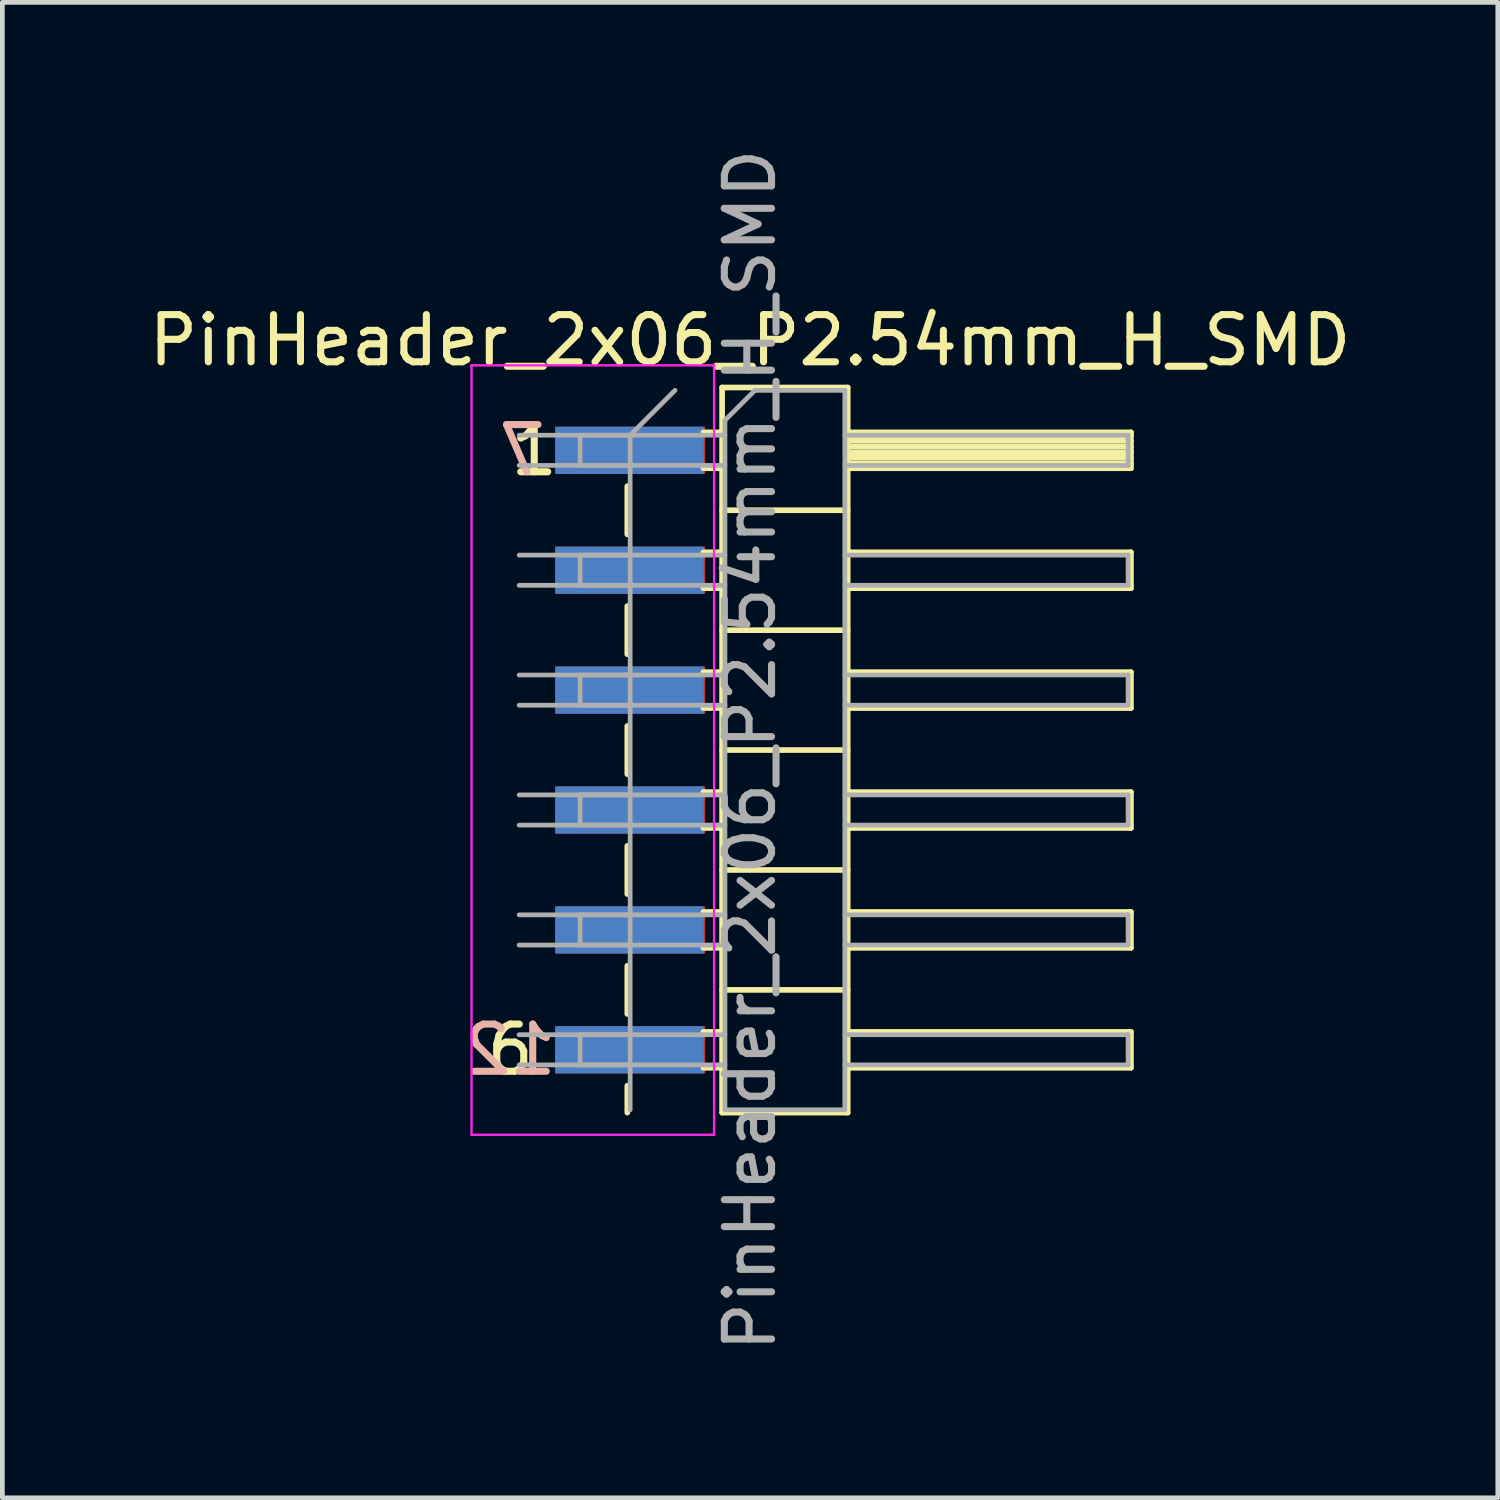
<source format=kicad_pcb>
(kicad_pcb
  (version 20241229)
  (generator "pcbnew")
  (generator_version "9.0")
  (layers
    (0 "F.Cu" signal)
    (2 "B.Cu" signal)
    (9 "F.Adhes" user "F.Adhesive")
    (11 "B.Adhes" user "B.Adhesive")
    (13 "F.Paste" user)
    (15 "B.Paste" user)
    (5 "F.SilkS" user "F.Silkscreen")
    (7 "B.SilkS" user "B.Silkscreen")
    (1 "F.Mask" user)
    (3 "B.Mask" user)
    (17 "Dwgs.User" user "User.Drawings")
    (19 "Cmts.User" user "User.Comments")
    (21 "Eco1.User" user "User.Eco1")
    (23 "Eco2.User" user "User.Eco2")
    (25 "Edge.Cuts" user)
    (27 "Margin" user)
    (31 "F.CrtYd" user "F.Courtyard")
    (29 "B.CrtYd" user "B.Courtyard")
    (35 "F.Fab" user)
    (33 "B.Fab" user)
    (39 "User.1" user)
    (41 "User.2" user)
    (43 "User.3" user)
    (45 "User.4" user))
  (footprint "PinHeader_2x06_P2.54mm_H_SMD"
    (layer "F.Cu")
    (at 12.839 12.839)
    (property "Reference" "PinHeader_2x06_P2.54mm_H_SMD" (at 0 -8.68 0) (layer "F.SilkS") (effects (font (size 1 1) (thickness 0.15))))
    (attr through_hole)
    (fp_line (start -2.6 -5.59) (end -2.6 -4.57) (stroke (width 0.12) (type solid)) (layer "F.SilkS"))
    (fp_line (start -2.6 -3.05) (end -2.6 -2.03) (stroke (width 0.12) (type solid)) (layer "F.SilkS"))
    (fp_line (start -2.6 -0.51) (end -2.6 0.51) (stroke (width 0.12) (type solid)) (layer "F.SilkS"))
    (fp_line (start -2.6 2.03) (end -2.6 3.05) (stroke (width 0.12) (type solid)) (layer "F.SilkS"))
    (fp_line (start -2.6 4.57) (end -2.6 5.59) (stroke (width 0.12) (type solid)) (layer "F.SilkS"))
    (fp_line (start -2.6 7.11) (end -2.6 7.68) (stroke (width 0.12) (type solid)) (layer "F.SilkS"))
    (fp_line (start -0.989 -6.73) (end -0.592 -6.73) (stroke (width 0.12) (type solid)) (layer "F.SilkS"))
    (fp_line (start -0.989 -5.97) (end -0.592 -5.97) (stroke (width 0.12) (type solid)) (layer "F.SilkS"))
    (fp_line (start -0.989 -4.19) (end -0.592 -4.19) (stroke (width 0.12) (type solid)) (layer "F.SilkS"))
    (fp_line (start -0.989 -3.43) (end -0.592 -3.43) (stroke (width 0.12) (type solid)) (layer "F.SilkS"))
    (fp_line (start -0.989 -1.65) (end -0.592 -1.65) (stroke (width 0.12) (type solid)) (layer "F.SilkS"))
    (fp_line (start -0.989 -0.89) (end -0.592 -0.89) (stroke (width 0.12) (type solid)) (layer "F.SilkS"))
    (fp_line (start -0.989 0.89) (end -0.592 0.89) (stroke (width 0.12) (type solid)) (layer "F.SilkS"))
    (fp_line (start -0.989 1.65) (end -0.592 1.65) (stroke (width 0.12) (type solid)) (layer "F.SilkS"))
    (fp_line (start -0.989 3.43) (end -0.592 3.43) (stroke (width 0.12) (type solid)) (layer "F.SilkS"))
    (fp_line (start -0.989 4.19) (end -0.592 4.19) (stroke (width 0.12) (type solid)) (layer "F.SilkS"))
    (fp_line (start -0.989 5.97) (end -0.592 5.97) (stroke (width 0.12) (type solid)) (layer "F.SilkS"))
    (fp_line (start -0.989 6.73) (end -0.592 6.73) (stroke (width 0.12) (type solid)) (layer "F.SilkS"))
    (fp_line (start -0.592 -7.68) (end -0.592 7.68) (stroke (width 0.12) (type solid)) (layer "F.SilkS"))
    (fp_line (start -0.592 -5.08) (end 2.068 -5.08) (stroke (width 0.12) (type solid)) (layer "F.SilkS"))
    (fp_line (start -0.592 -2.54) (end 2.068 -2.54) (stroke (width 0.12) (type solid)) (layer "F.SilkS"))
    (fp_line (start -0.592 0) (end 2.068 0) (stroke (width 0.12) (type solid)) (layer "F.SilkS"))
    (fp_line (start -0.592 2.54) (end 2.068 2.54) (stroke (width 0.12) (type solid)) (layer "F.SilkS"))
    (fp_line (start -0.592 5.08) (end 2.068 5.08) (stroke (width 0.12) (type solid)) (layer "F.SilkS"))
    (fp_line (start -0.592 7.68) (end 2.068 7.68) (stroke (width 0.12) (type solid)) (layer "F.SilkS"))
    (fp_line (start 2.068 -7.68) (end -0.592 -7.68) (stroke (width 0.12) (type solid)) (layer "F.SilkS"))
    (fp_line (start 2.068 -6.73) (end 8.068 -6.73) (stroke (width 0.12) (type solid)) (layer "F.SilkS"))
    (fp_line (start 2.068 -6.67) (end 8.068 -6.67) (stroke (width 0.12) (type solid)) (layer "F.SilkS"))
    (fp_line (start 2.068 -6.55) (end 8.068 -6.55) (stroke (width 0.12) (type solid)) (layer "F.SilkS"))
    (fp_line (start 2.068 -6.43) (end 8.068 -6.43) (stroke (width 0.12) (type solid)) (layer "F.SilkS"))
    (fp_line (start 2.068 -6.31) (end 8.068 -6.31) (stroke (width 0.12) (type solid)) (layer "F.SilkS"))
    (fp_line (start 2.068 -6.19) (end 8.068 -6.19) (stroke (width 0.12) (type solid)) (layer "F.SilkS"))
    (fp_line (start 2.068 -6.07) (end 8.068 -6.07) (stroke (width 0.12) (type solid)) (layer "F.SilkS"))
    (fp_line (start 2.068 -4.19) (end 8.068 -4.19) (stroke (width 0.12) (type solid)) (layer "F.SilkS"))
    (fp_line (start 2.068 -1.65) (end 8.068 -1.65) (stroke (width 0.12) (type solid)) (layer "F.SilkS"))
    (fp_line (start 2.068 0.89) (end 8.068 0.89) (stroke (width 0.12) (type solid)) (layer "F.SilkS"))
    (fp_line (start 2.068 3.43) (end 8.068 3.43) (stroke (width 0.12) (type solid)) (layer "F.SilkS"))
    (fp_line (start 2.068 5.97) (end 8.068 5.97) (stroke (width 0.12) (type solid)) (layer "F.SilkS"))
    (fp_line (start 2.068 7.68) (end 2.068 -7.68) (stroke (width 0.12) (type solid)) (layer "F.SilkS"))
    (fp_line (start 8.068 -6.73) (end 8.068 -5.97) (stroke (width 0.12) (type solid)) (layer "F.SilkS"))
    (fp_line (start 8.068 -5.97) (end 2.068 -5.97) (stroke (width 0.12) (type solid)) (layer "F.SilkS"))
    (fp_line (start 8.068 -4.19) (end 8.068 -3.43) (stroke (width 0.12) (type solid)) (layer "F.SilkS"))
    (fp_line (start 8.068 -3.43) (end 2.068 -3.43) (stroke (width 0.12) (type solid)) (layer "F.SilkS"))
    (fp_line (start 8.068 -1.65) (end 8.068 -0.89) (stroke (width 0.12) (type solid)) (layer "F.SilkS"))
    (fp_line (start 8.068 -0.89) (end 2.068 -0.89) (stroke (width 0.12) (type solid)) (layer "F.SilkS"))
    (fp_line (start 8.068 0.89) (end 8.068 1.65) (stroke (width 0.12) (type solid)) (layer "F.SilkS"))
    (fp_line (start 8.068 1.65) (end 2.068 1.65) (stroke (width 0.12) (type solid)) (layer "F.SilkS"))
    (fp_line (start 8.068 3.43) (end 8.068 4.19) (stroke (width 0.12) (type solid)) (layer "F.SilkS"))
    (fp_line (start 8.068 4.19) (end 2.068 4.19) (stroke (width 0.12) (type solid)) (layer "F.SilkS"))
    (fp_line (start 8.068 5.97) (end 8.068 6.73) (stroke (width 0.12) (type solid)) (layer "F.SilkS"))
    (fp_line (start 8.068 6.73) (end 2.068 6.73) (stroke (width 0.12) (type solid)) (layer "F.SilkS"))
    (fp_line (start -5.9 -8.15) (end -5.9 8.15) (stroke (width 0.05) (type solid)) (layer "F.CrtYd"))
    (fp_line (start -5.9 8.15) (end -0.762 8.15) (stroke (width 0.05) (type solid)) (layer "F.CrtYd"))
    (fp_line (start -0.762 -8.15) (end -5.9 -8.15) (stroke (width 0.05) (type solid)) (layer "F.CrtYd"))
    (fp_line (start -0.762 8.128) (end -0.762 -8.15) (stroke (width 0.05) (type solid)) (layer "F.CrtYd"))
    (fp_line (start -4.892 -6.67) (end -0.532 -6.67) (stroke (width 0.1) (type solid)) (layer "F.Fab"))
    (fp_line (start -4.892 -6.03) (end -0.532 -6.03) (stroke (width 0.1) (type solid)) (layer "F.Fab"))
    (fp_line (start -4.892 -4.13) (end -0.532 -4.13) (stroke (width 0.1) (type solid)) (layer "F.Fab"))
    (fp_line (start -4.892 -3.49) (end -0.532 -3.49) (stroke (width 0.1) (type solid)) (layer "F.Fab"))
    (fp_line (start -4.892 -1.59) (end -0.532 -1.59) (stroke (width 0.1) (type solid)) (layer "F.Fab"))
    (fp_line (start -4.892 -0.95) (end -0.532 -0.95) (stroke (width 0.1) (type solid)) (layer "F.Fab"))
    (fp_line (start -4.892 0.95) (end -0.532 0.95) (stroke (width 0.1) (type solid)) (layer "F.Fab"))
    (fp_line (start -4.892 1.59) (end -0.532 1.59) (stroke (width 0.1) (type solid)) (layer "F.Fab"))
    (fp_line (start -4.892 3.49) (end -0.532 3.49) (stroke (width 0.1) (type solid)) (layer "F.Fab"))
    (fp_line (start -4.892 4.13) (end -0.532 4.13) (stroke (width 0.1) (type solid)) (layer "F.Fab"))
    (fp_line (start -4.892 6.03) (end -0.532 6.03) (stroke (width 0.1) (type solid)) (layer "F.Fab"))
    (fp_line (start -4.892 6.67) (end -0.532 6.67) (stroke (width 0.1) (type solid)) (layer "F.Fab"))
    (fp_line (start -3.6 -6.67) (end -3.6 -6.03) (stroke (width 0.1) (type solid)) (layer "F.Fab"))
    (fp_line (start -3.6 -6.03) (end -2.54 -6.03) (stroke (width 0.1) (type solid)) (layer "F.Fab"))
    (fp_line (start -3.6 -4.13) (end -3.6 -3.49) (stroke (width 0.1) (type solid)) (layer "F.Fab"))
    (fp_line (start -3.6 -3.49) (end -2.54 -3.49) (stroke (width 0.1) (type solid)) (layer "F.Fab"))
    (fp_line (start -3.6 -1.59) (end -3.6 -0.95) (stroke (width 0.1) (type solid)) (layer "F.Fab"))
    (fp_line (start -3.6 -0.95) (end -2.54 -0.95) (stroke (width 0.1) (type solid)) (layer "F.Fab"))
    (fp_line (start -3.6 0.95) (end -3.6 1.59) (stroke (width 0.1) (type solid)) (layer "F.Fab"))
    (fp_line (start -3.6 1.59) (end -2.54 1.59) (stroke (width 0.1) (type solid)) (layer "F.Fab"))
    (fp_line (start -3.6 3.49) (end -3.6 4.13) (stroke (width 0.1) (type solid)) (layer "F.Fab"))
    (fp_line (start -3.6 4.13) (end -2.54 4.13) (stroke (width 0.1) (type solid)) (layer "F.Fab"))
    (fp_line (start -3.6 6.03) (end -3.6 6.67) (stroke (width 0.1) (type solid)) (layer "F.Fab"))
    (fp_line (start -3.6 6.67) (end -2.54 6.67) (stroke (width 0.1) (type solid)) (layer "F.Fab"))
    (fp_line (start -2.54 -6.67) (end -3.6 -6.67) (stroke (width 0.1) (type solid)) (layer "F.Fab"))
    (fp_line (start -2.54 -6.67) (end -1.59 -7.62) (stroke (width 0.1) (type solid)) (layer "F.Fab"))
    (fp_line (start -2.54 -4.13) (end -3.6 -4.13) (stroke (width 0.1) (type solid)) (layer "F.Fab"))
    (fp_line (start -2.54 -1.59) (end -3.6 -1.59) (stroke (width 0.1) (type solid)) (layer "F.Fab"))
    (fp_line (start -2.54 0.95) (end -3.6 0.95) (stroke (width 0.1) (type solid)) (layer "F.Fab"))
    (fp_line (start -2.54 3.49) (end -3.6 3.49) (stroke (width 0.1) (type solid)) (layer "F.Fab"))
    (fp_line (start -2.54 6.03) (end -3.6 6.03) (stroke (width 0.1) (type solid)) (layer "F.Fab"))
    (fp_line (start -2.54 7.62) (end -2.54 -6.67) (stroke (width 0.1) (type solid)) (layer "F.Fab"))
    (fp_line (start -0.532 -6.985) (end 0.103 -7.62) (stroke (width 0.1) (type solid)) (layer "F.Fab"))
    (fp_line (start -0.532 7.62) (end -0.532 -6.985) (stroke (width 0.1) (type solid)) (layer "F.Fab"))
    (fp_line (start 0.103 -7.62) (end 2.008 -7.62) (stroke (width 0.1) (type solid)) (layer "F.Fab"))
    (fp_line (start 2.008 -7.62) (end 2.008 7.62) (stroke (width 0.1) (type solid)) (layer "F.Fab"))
    (fp_line (start 2.008 -6.67) (end 8.008 -6.67) (stroke (width 0.1) (type solid)) (layer "F.Fab"))
    (fp_line (start 2.008 -6.03) (end 8.008 -6.03) (stroke (width 0.1) (type solid)) (layer "F.Fab"))
    (fp_line (start 2.008 -4.13) (end 8.008 -4.13) (stroke (width 0.1) (type solid)) (layer "F.Fab"))
    (fp_line (start 2.008 -3.49) (end 8.008 -3.49) (stroke (width 0.1) (type solid)) (layer "F.Fab"))
    (fp_line (start 2.008 -1.59) (end 8.008 -1.59) (stroke (width 0.1) (type solid)) (layer "F.Fab"))
    (fp_line (start 2.008 -0.95) (end 8.008 -0.95) (stroke (width 0.1) (type solid)) (layer "F.Fab"))
    (fp_line (start 2.008 0.95) (end 8.008 0.95) (stroke (width 0.1) (type solid)) (layer "F.Fab"))
    (fp_line (start 2.008 1.59) (end 8.008 1.59) (stroke (width 0.1) (type solid)) (layer "F.Fab"))
    (fp_line (start 2.008 3.49) (end 8.008 3.49) (stroke (width 0.1) (type solid)) (layer "F.Fab"))
    (fp_line (start 2.008 4.13) (end 8.008 4.13) (stroke (width 0.1) (type solid)) (layer "F.Fab"))
    (fp_line (start 2.008 6.03) (end 8.008 6.03) (stroke (width 0.1) (type solid)) (layer "F.Fab"))
    (fp_line (start 2.008 6.67) (end 8.008 6.67) (stroke (width 0.1) (type solid)) (layer "F.Fab"))
    (fp_line (start 2.008 7.62) (end -0.532 7.62) (stroke (width 0.1) (type solid)) (layer "F.Fab"))
    (fp_line (start 8.008 -6.67) (end 8.008 -6.03) (stroke (width 0.1) (type solid)) (layer "F.Fab"))
    (fp_line (start 8.008 -4.13) (end 8.008 -3.49) (stroke (width 0.1) (type solid)) (layer "F.Fab"))
    (fp_line (start 8.008 -1.59) (end 8.008 -0.95) (stroke (width 0.1) (type solid)) (layer "F.Fab"))
    (fp_line (start 8.008 0.95) (end 8.008 1.59) (stroke (width 0.1) (type solid)) (layer "F.Fab"))
    (fp_line (start 8.008 3.49) (end 8.008 4.13) (stroke (width 0.1) (type solid)) (layer "F.Fab"))
    (fp_line (start 8.008 6.03) (end 8.008 6.67) (stroke (width 0.1) (type solid)) (layer "F.Fab"))
    (fp_text user "1" (at -4.572 -6.35 0) (layer "F.SilkS") (effects (font (size 1 1) (thickness 0.15))))
    (fp_text user "6" (at -5.08 6.35 0) (layer "F.SilkS") (effects (font (size 1 1) (thickness 0.15))))
    (fp_text user "7" (at -4.826 -6.35 0) (layer "B.SilkS") (effects (font (size 1 1) (thickness 0.15)) (justify mirror)))
    (fp_text user "12" (at -5.08 6.35 0) (layer "B.SilkS") (effects (font (size 1 1) (thickness 0.15)) (justify mirror)))
    (fp_text user "${REFERENCE}" (at 0 0 90) (layer "F.Fab") (effects (font (size 1 1) (thickness 0.15))))
    (pad "1" smd rect (at -2.525 -6.35) (size 3.15 1) (layers "F.Cu" "F.Mask" "F.Paste"))
    (pad "2" smd rect (at -2.525 -3.81) (size 3.15 1) (layers "F.Cu" "F.Mask" "F.Paste"))
    (pad "3" smd rect (at -2.525 -1.27) (size 3.15 1) (layers "F.Cu" "F.Mask" "F.Paste"))
    (pad "4" smd rect (at -2.525 1.27) (size 3.15 1) (layers "F.Cu" "F.Mask" "F.Paste"))
    (pad "5" smd rect (at -2.525 3.81) (size 3.15 1) (layers "F.Cu" "F.Mask" "F.Paste"))
    (pad "6" smd rect (at -2.525 6.35) (size 3.15 1) (layers "F.Cu" "F.Mask" "F.Paste"))
    (pad "7" smd rect (at -2.555 -6.35) (size 3.15 1) (layers "B.Cu" "B.Mask" "B.Paste"))
    (pad "8" smd rect (at -2.555 -3.81) (size 3.15 1) (layers "B.Cu" "B.Mask" "B.Paste"))
    (pad "9" smd rect (at -2.555 -1.27) (size 3.15 1) (layers "B.Cu" "B.Mask" "B.Paste"))
    (pad "10" smd rect (at -2.555 1.27) (size 3.15 1) (layers "B.Cu" "B.Mask" "B.Paste"))
    (pad "11" smd rect (at -2.555 3.81) (size 3.15 1) (layers "B.Cu" "B.Mask" "B.Paste"))
    (pad "12" smd rect (at -2.555 6.35) (size 3.15 1) (layers "B.Cu" "B.Mask" "B.Paste")))
  (gr_rect
    (start -3 -3)
    (end 28.679 28.679)
    (stroke (width 0.1) (type default))
    (fill no)
    (layer "Edge.Cuts")))
</source>
